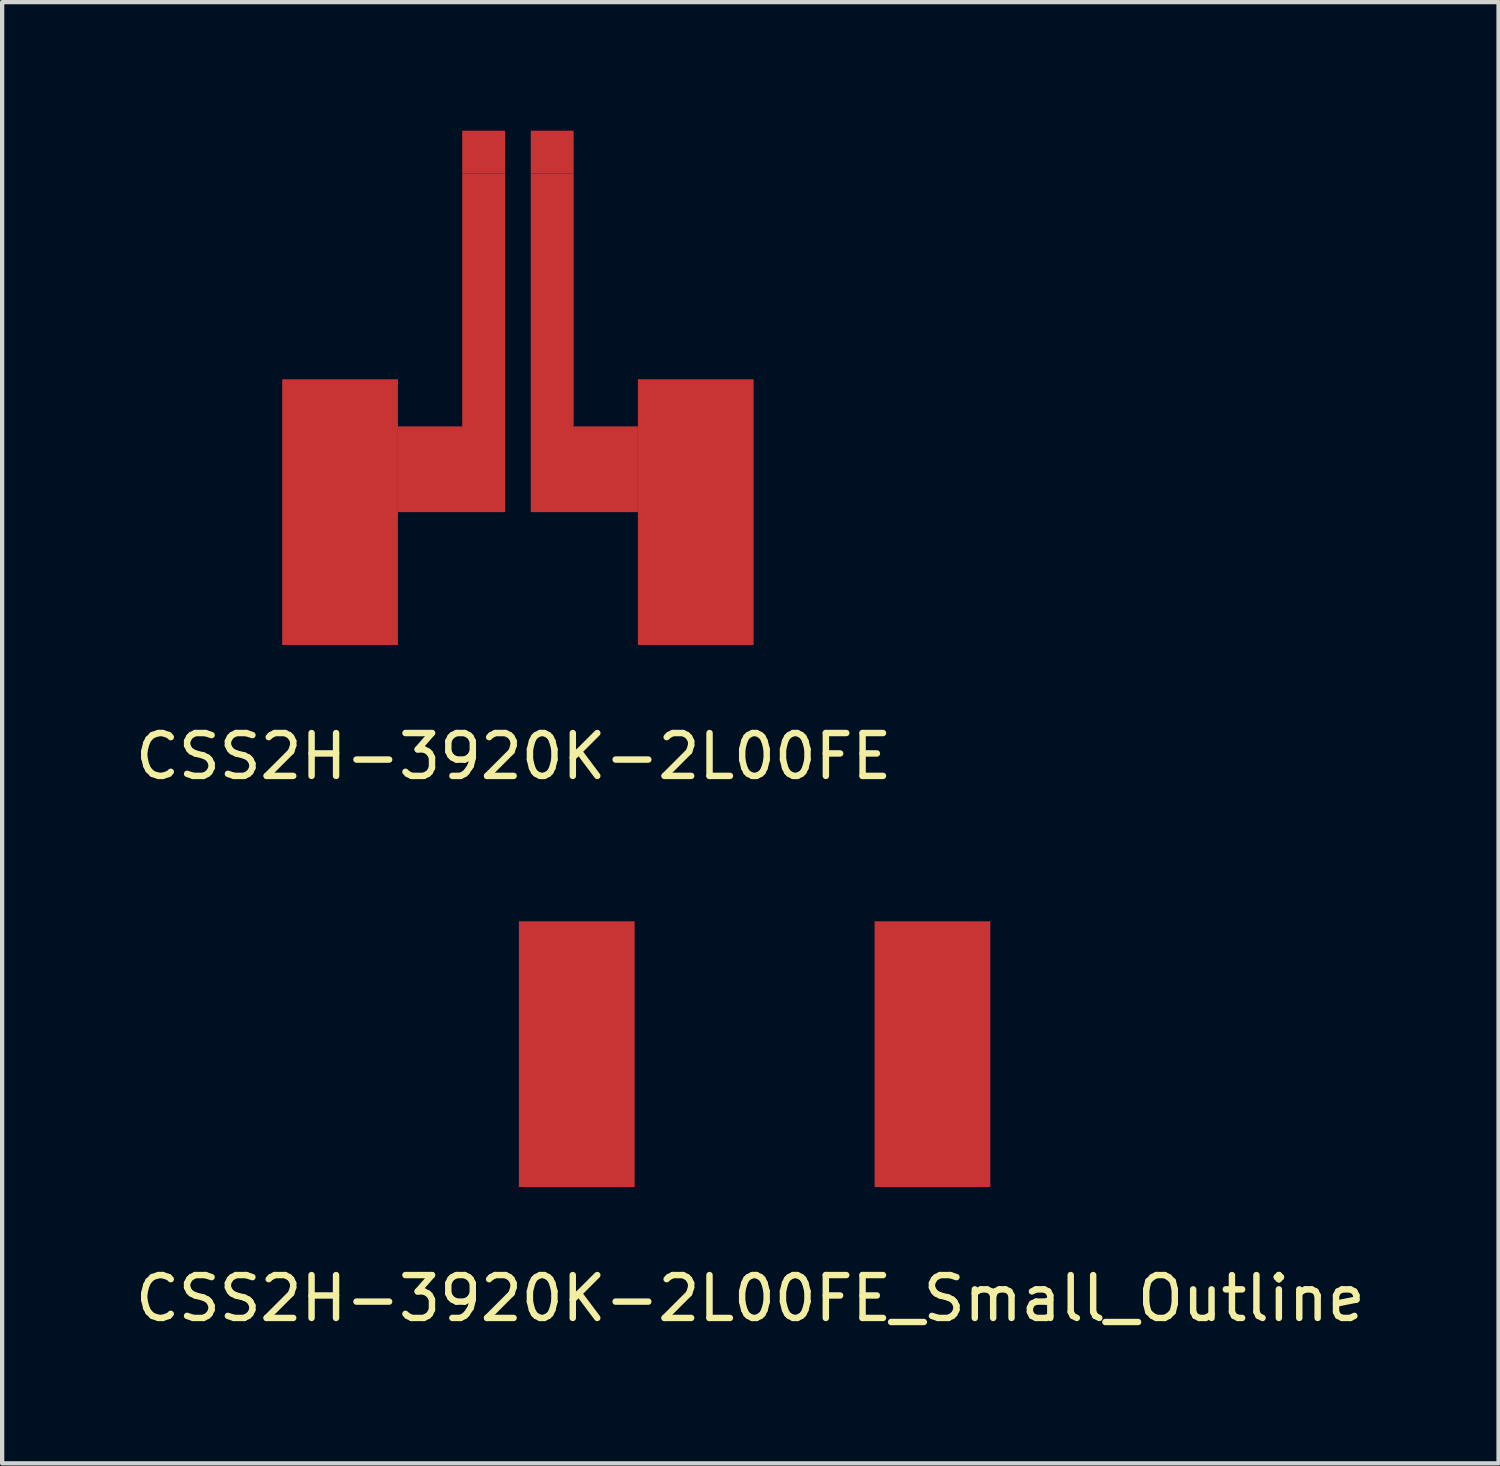
<source format=kicad_pcb>
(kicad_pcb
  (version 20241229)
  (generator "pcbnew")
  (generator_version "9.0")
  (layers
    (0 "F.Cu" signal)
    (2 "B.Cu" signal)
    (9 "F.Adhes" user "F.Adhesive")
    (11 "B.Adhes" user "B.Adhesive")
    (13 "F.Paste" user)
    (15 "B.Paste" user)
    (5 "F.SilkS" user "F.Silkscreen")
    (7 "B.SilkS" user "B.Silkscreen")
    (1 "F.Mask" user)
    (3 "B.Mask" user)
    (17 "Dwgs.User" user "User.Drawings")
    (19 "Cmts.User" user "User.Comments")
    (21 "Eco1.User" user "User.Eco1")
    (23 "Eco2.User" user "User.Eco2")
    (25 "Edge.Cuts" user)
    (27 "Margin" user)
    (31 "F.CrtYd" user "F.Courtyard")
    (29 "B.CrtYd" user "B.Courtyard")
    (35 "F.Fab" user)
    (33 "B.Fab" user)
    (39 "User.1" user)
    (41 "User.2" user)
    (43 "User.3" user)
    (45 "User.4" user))
  (footprint "CSS2H-3920K-2L00FE"
    (layer "F.Cu")
    (at 9.035 8.9)
    (property "Reference" "CSS2H-3920K-2L00FE" (at -0.1 5.7 0) (layer "F.SilkS") (effects (font (size 1 1) (thickness 0.15))))
    (attr through_hole)
    (fp_poly (pts (xy -0.3 0) (xy -2.8 0) (xy -2.8 -2) (xy -1.3 -2) (xy -1.3 -7.9) (xy -0.3 -7.9)) (stroke (width 0) (type solid)) (fill yes) (layer "F.Cu"))
    (fp_poly (pts (xy 0.3 0) (xy 2.8 0) (xy 2.8 -2) (xy 1.3 -2) (xy 1.3 -7.9) (xy 0.3 -7.9)) (stroke (width 0) (type solid)) (fill yes) (layer "F.Cu"))
    (pad "1" smd rect (at -4.15 0) (size 2.7 6.2) (layers "F.Cu" "F.Mask" "F.Paste"))
    (pad "1" smd rect (at -0.8 -8.4) (size 1 1) (layers "F.Cu" "F.Mask" "F.Paste"))
    (pad "2" smd rect (at 0.8 -8.4) (size 1 1) (layers "F.Cu" "F.Mask" "F.Paste"))
    (pad "2" smd rect (at 4.15 0) (size 2.7 6.2) (layers "F.Cu" "F.Mask" "F.Paste")))
  (footprint "CSS2H-3920K-2L00FE_Small_Outline"
    (layer "F.Cu")
    (at 14.558 21.548)
    (property "Reference" "CSS2H-3920K-2L00FE_Small_Outline" (at -0.1 5.7 0) (layer "F.SilkS") (effects (font (size 1 1) (thickness 0.15))))
    (attr through_hole)
    (pad "1" smd rect (at -4.15 0) (size 2.7 6.2) (layers "F.Cu" "F.Mask" "F.Paste"))
    (pad "2" smd rect (at 4.15 0) (size 2.7 6.2) (layers "F.Cu" "F.Mask" "F.Paste")))
  (gr_rect
    (start -3 -3)
    (end 31.917 31.096)
    (stroke (width 0.1) (type default))
    (fill no)
    (layer "Edge.Cuts")))
</source>
